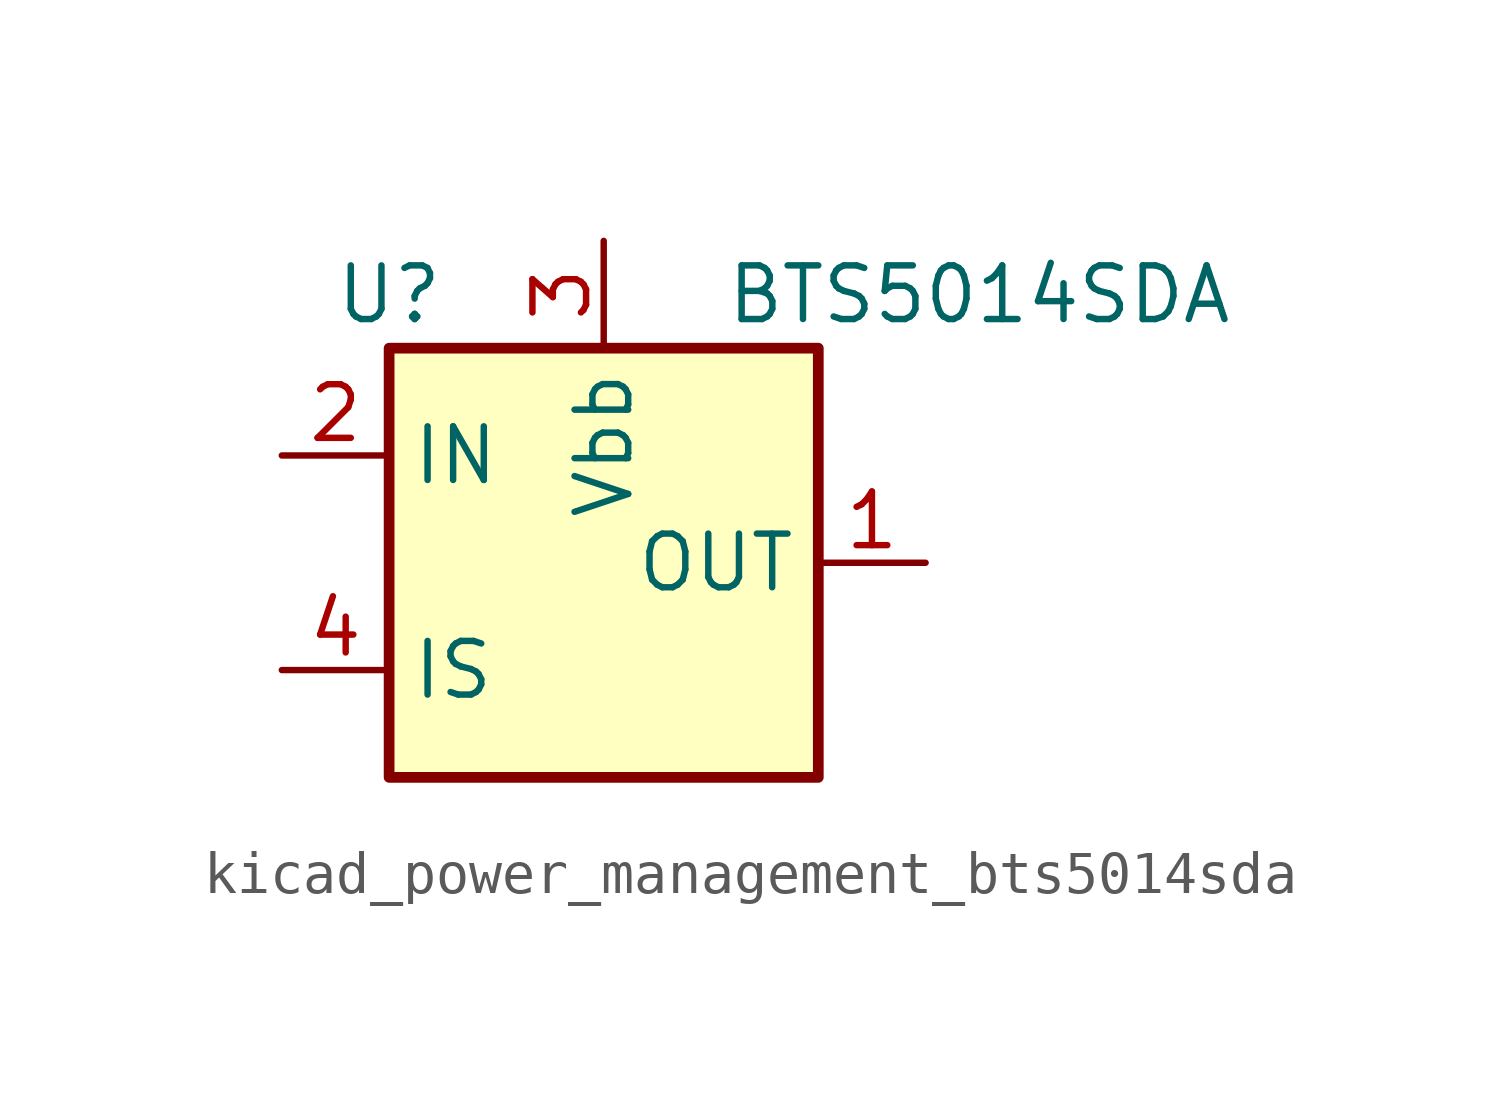
<source format=kicad_sym>
(kicad_symbol_lib
  (version 20220914)
  (generator kicad_symbol_editor)
  (symbol "kicad_power_management_bts5014sda"
    (property "Reference" "U"
      (at -5.08 6.35 0)
      (effects (font (size 1.27 1.27))))
    (property "Value" "BTS5014SDA"
      (at 8.89 6.35 0)
      (effects (font (size 1.27 1.27))))
    (symbol "kicad_power_management_bts5014sda_0_1"
      (rectangle (start -5.08 5.08) (end 5.08 -5.08) (stroke (width 0.254) (type default)) (fill (type background))))
    (symbol "kicad_power_management_bts5014sda_1_1"
      (pin power_out line (at 7.62 0 180) (length 2.54) (name "OUT" (effects (font (size 1.27 1.27)))) (number "1" (effects (font (size 1.27 1.27)))))
      (pin input line (at -7.62 2.54 0) (length 2.54) (name "IN" (effects (font (size 1.27 1.27)))) (number "2" (effects (font (size 1.27 1.27)))))
      (pin power_in line (at 0 7.62 270) (length 2.54) (name "Vbb" (effects (font (size 1.27 1.27)))) (number "3" (effects (font (size 1.27 1.27)))))
      (pin output line (at -7.62 -2.54 0) (length 2.54) (name "IS" (effects (font (size 1.27 1.27)))) (number "4" (effects (font (size 1.27 1.27)))))
      (pin passive line (at 7.62 0 180) (length 2.54) hide (name "OUT" (effects (font (size 1.27 1.27)))) (number "5" (effects (font (size 1.27 1.27))))))))
</source>
